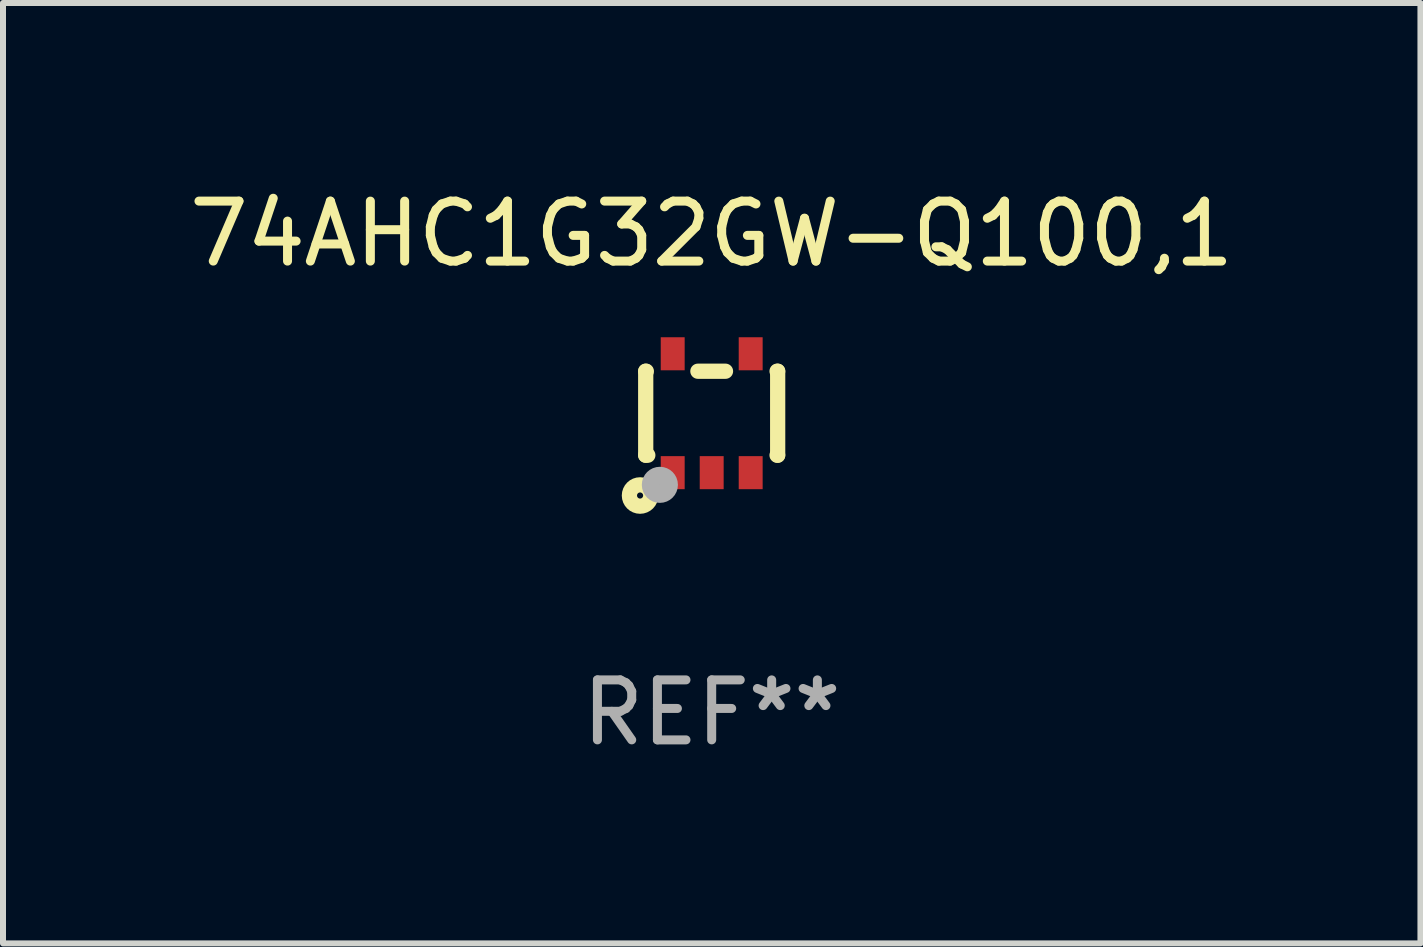
<source format=kicad_pcb>
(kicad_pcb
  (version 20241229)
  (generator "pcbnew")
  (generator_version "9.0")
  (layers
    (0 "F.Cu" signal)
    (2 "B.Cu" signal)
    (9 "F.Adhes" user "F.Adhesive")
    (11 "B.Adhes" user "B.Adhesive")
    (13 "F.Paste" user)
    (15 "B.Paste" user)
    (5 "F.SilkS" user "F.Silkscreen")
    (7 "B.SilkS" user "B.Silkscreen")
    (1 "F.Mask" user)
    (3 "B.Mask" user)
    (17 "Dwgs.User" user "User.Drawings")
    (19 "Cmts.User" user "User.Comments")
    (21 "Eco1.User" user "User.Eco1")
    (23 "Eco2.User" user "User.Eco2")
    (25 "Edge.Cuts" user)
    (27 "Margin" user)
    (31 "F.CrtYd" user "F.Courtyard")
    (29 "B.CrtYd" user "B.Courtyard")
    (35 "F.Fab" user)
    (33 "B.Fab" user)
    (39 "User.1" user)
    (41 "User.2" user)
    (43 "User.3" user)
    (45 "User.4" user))
  (footprint "74AHC1G32GW-Q100,1"
    (layer "F.Cu")
    (at 8.815 3.839)
    (property "Reference" "74AHC1G32GW-Q100,1" (at 0 -2.991 0) (layer "F.SilkS") (effects (font (size 1 1) (thickness 0.15))))
    (attr through_hole)
    (fp_line (start -1.1 -0.7) (end -1.1 0.7) (stroke (width 0.254) (type solid)) (layer "F.SilkS"))
    (fp_line (start -1.1 -0.7) (end -1.09 -0.7) (stroke (width 0.254) (type solid)) (layer "F.SilkS"))
    (fp_line (start -1.1 0.7) (end -1.065 0.7) (stroke (width 0.254) (type solid)) (layer "F.SilkS"))
    (fp_line (start -0.23 -0.7) (end 0.23 -0.7) (stroke (width 0.254) (type solid)) (layer "F.SilkS"))
    (fp_line (start 1.09 -0.7) (end 1.1 -0.7) (stroke (width 0.254) (type solid)) (layer "F.SilkS"))
    (fp_line (start 1.09 0.7) (end 1.1 0.7) (stroke (width 0.254) (type solid)) (layer "F.SilkS"))
    (fp_line (start 1.1 -0.7) (end 1.1 0.7) (stroke (width 0.254) (type solid)) (layer "F.SilkS"))
    (fp_circle (center -1.194 1.372) (end -1.143 1.372) (stroke (width 0.254) (type solid)) (fill no) (layer "F.SilkS"))
    (fp_circle (center -1.05 1.063) (end -1.02 1.063) (stroke (width 0.06) (type solid)) (fill no) (layer "F.SilkS"))
    (fp_circle (center -0.864 1.194) (end -0.713 1.194) (stroke (width 0.3) (type solid)) (fill no) (layer "F.Fab"))
    (fp_text user "REF**" (at 0 4.991 0) (layer "F.Fab") (effects (font (size 1 1) (thickness 0.15))))
    (pad "1" smd rect (at -0.65 0.991 180) (size 0.399 0.551) (layers "F.Cu" "F.Mask" "F.Paste"))
    (pad "2" smd rect (at 0 0.991 180) (size 0.399 0.551) (layers "F.Cu" "F.Mask" "F.Paste"))
    (pad "3" smd rect (at 0.65 0.991 180) (size 0.399 0.551) (layers "F.Cu" "F.Mask" "F.Paste"))
    (pad "4" smd rect (at 0.65 -0.991 180) (size 0.399 0.551) (layers "F.Cu" "F.Mask" "F.Paste"))
    (pad "5" smd rect (at -0.65 -0.991 180) (size 0.399 0.551) (layers "F.Cu" "F.Mask" "F.Paste")))
  (gr_rect
    (start -3 -3)
    (end 20.631 12.678)
    (stroke (width 0.1) (type default))
    (fill no)
    (layer "Edge.Cuts")))
</source>
